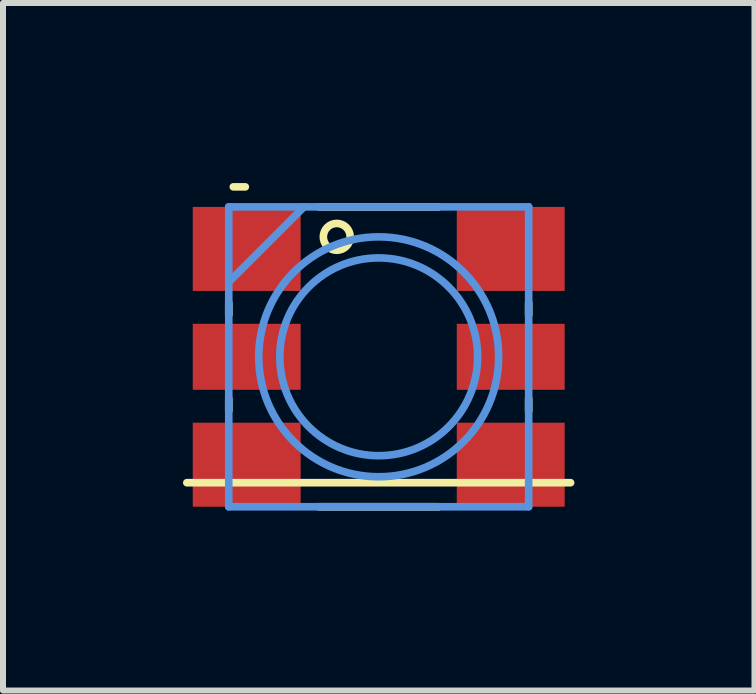
<source format=kicad_pcb>
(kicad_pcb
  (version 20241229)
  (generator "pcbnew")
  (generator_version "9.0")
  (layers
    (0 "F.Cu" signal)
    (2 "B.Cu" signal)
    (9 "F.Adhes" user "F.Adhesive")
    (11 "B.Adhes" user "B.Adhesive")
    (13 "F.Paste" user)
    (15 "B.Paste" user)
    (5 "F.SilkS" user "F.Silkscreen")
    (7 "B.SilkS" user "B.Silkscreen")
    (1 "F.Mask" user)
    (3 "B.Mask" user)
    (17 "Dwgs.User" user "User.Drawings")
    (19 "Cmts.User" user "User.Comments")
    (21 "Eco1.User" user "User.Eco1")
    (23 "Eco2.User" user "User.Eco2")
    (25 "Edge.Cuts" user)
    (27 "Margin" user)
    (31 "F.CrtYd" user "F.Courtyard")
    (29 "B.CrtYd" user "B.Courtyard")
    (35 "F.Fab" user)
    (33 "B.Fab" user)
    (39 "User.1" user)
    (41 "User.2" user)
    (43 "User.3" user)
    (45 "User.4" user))
  (footprint "LED-RGB-5050"
    (layer "F.Cu")
    (at 3.261 2.896)
    (property "Reference" "LED-RGB-5050" (at 0 0 0) (layer "Cmts.User") (effects (font (size 0.001 0.001) (thickness 0.000001))))
    (attr through_hole)
    (fp_line (start -3.198 2.098) (end 3.198 2.098) (stroke (width 0.127) (type solid)) (layer "F.SilkS"))
    (fp_line (start -2.499 -0.699) (end -2.499 -0.899) (stroke (width 0.127) (type solid)) (layer "F.SilkS"))
    (fp_line (start -2.499 0.899) (end -2.499 0.699) (stroke (width 0.127) (type solid)) (layer "F.SilkS"))
    (fp_line (start -2.223 -2.832) (end -2.423 -2.832) (stroke (width 0.127) (type solid)) (layer "F.SilkS"))
    (fp_line (start -0.998 -2.499) (end 0.998 -2.499) (stroke (width 0.127) (type solid)) (layer "F.SilkS"))
    (fp_line (start -0.998 2.499) (end 0.998 2.499) (stroke (width 0.127) (type solid)) (layer "F.SilkS"))
    (fp_line (start 2.499 -0.699) (end 2.499 -0.899) (stroke (width 0.127) (type solid)) (layer "F.SilkS"))
    (fp_line (start 2.499 0.899) (end 2.499 0.699) (stroke (width 0.127) (type solid)) (layer "F.SilkS"))
    (fp_circle (center -0.699 -1.999) (end -0.475 -1.999) (stroke (width 0.127) (type solid)) (fill no) (layer "F.SilkS"))
    (fp_line (start -2.499 -2.499) (end -1.245 -2.499) (stroke (width 0.127) (type solid)) (layer "Cmts.User"))
    (fp_line (start -2.499 -1.245) (end -2.499 -2.499) (stroke (width 0.127) (type solid)) (layer "Cmts.User"))
    (fp_line (start -2.499 -1.245) (end -1.245 -2.499) (stroke (width 0.127) (type solid)) (layer "Cmts.User"))
    (fp_line (start -2.499 2.499) (end -2.499 -1.245) (stroke (width 0.127) (type solid)) (layer "Cmts.User"))
    (fp_line (start -1.245 -2.499) (end 2.499 -2.499) (stroke (width 0.127) (type solid)) (layer "Cmts.User"))
    (fp_line (start 2.499 -2.499) (end 2.499 2.499) (stroke (width 0.127) (type solid)) (layer "Cmts.User"))
    (fp_line (start 2.499 2.499) (end -2.499 2.499) (stroke (width 0.127) (type solid)) (layer "Cmts.User"))
    (fp_circle (center 0 0) (end 1.648 0) (stroke (width 0.127) (type solid)) (fill no) (layer "Cmts.User"))
    (fp_circle (center 0 0) (end 1.999 0) (stroke (width 0.127) (type solid)) (fill no) (layer "Cmts.User"))
    (pad "BA" smd rect (at -2.2 -1.798) (size 1.798 1.4) (layers "F.Cu" "F.Mask" "F.Paste"))
    (pad "BC" smd rect (at 2.2 -1.798) (size 1.798 1.4) (layers "F.Cu" "F.Mask" "F.Paste"))
    (pad "GA" smd rect (at -2.2 1.798) (size 1.798 1.4) (layers "F.Cu" "F.Mask" "F.Paste"))
    (pad "GC" smd rect (at 2.2 1.798) (size 1.798 1.4) (layers "F.Cu" "F.Mask" "F.Paste"))
    (pad "RA" smd rect (at -2.2 0) (size 1.798 1.1) (layers "F.Cu" "F.Mask" "F.Paste"))
    (pad "RC" smd rect (at 2.2 0) (size 1.798 1.1) (layers "F.Cu" "F.Mask" "F.Paste")))
  (gr_rect
    (start -3 -3)
    (end 9.523 8.458)
    (stroke (width 0.1) (type default))
    (fill no)
    (layer "Edge.Cuts")))
</source>
